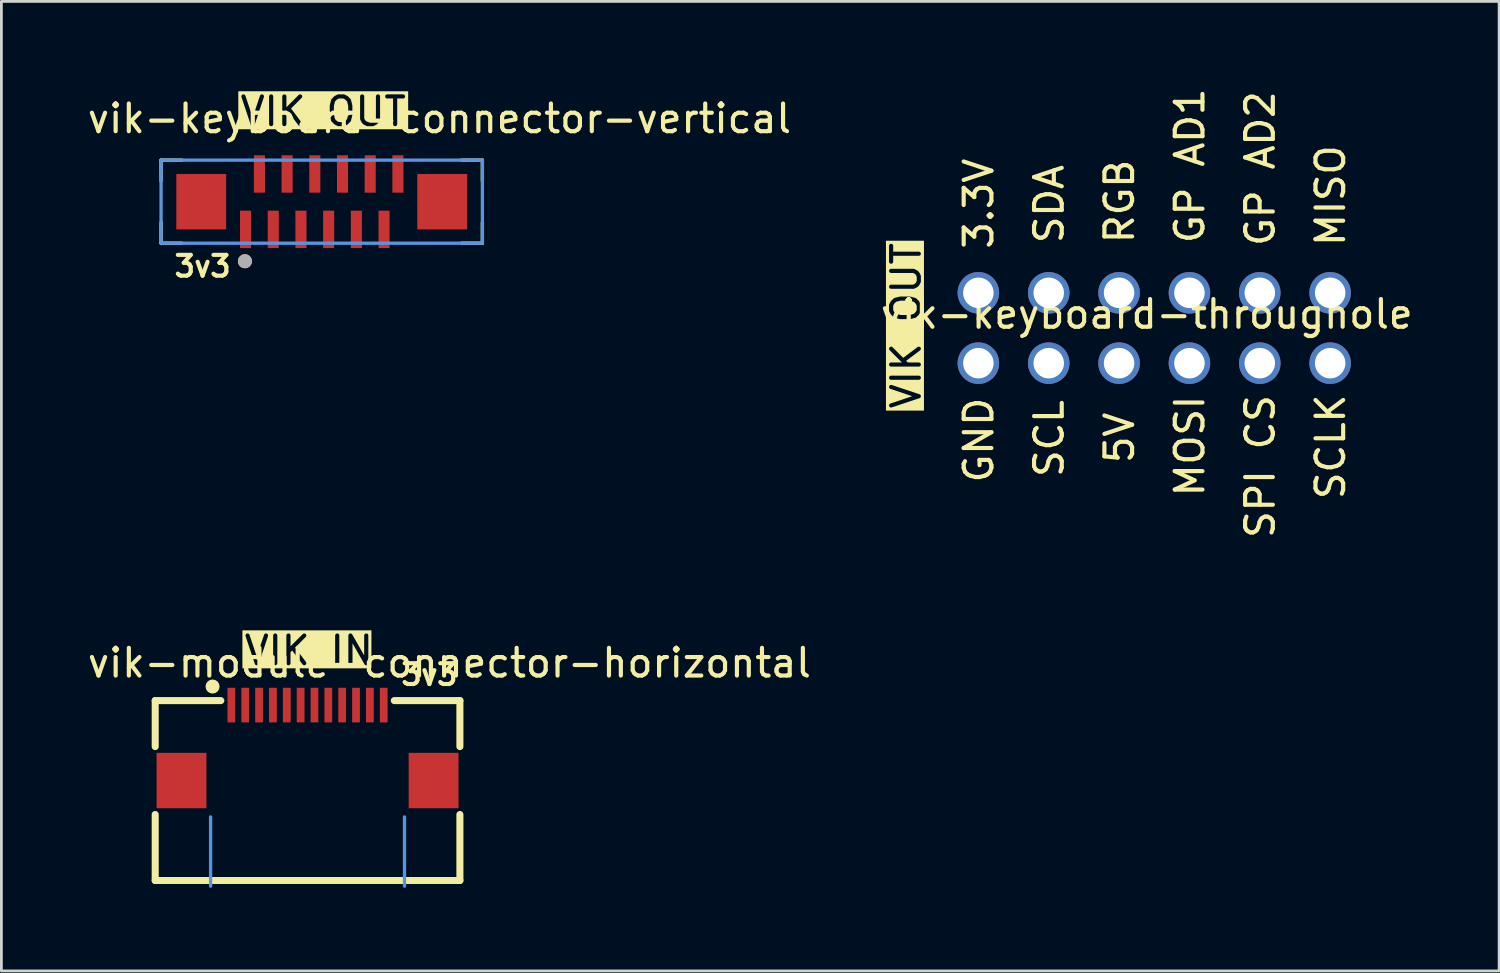
<source format=kicad_pcb>
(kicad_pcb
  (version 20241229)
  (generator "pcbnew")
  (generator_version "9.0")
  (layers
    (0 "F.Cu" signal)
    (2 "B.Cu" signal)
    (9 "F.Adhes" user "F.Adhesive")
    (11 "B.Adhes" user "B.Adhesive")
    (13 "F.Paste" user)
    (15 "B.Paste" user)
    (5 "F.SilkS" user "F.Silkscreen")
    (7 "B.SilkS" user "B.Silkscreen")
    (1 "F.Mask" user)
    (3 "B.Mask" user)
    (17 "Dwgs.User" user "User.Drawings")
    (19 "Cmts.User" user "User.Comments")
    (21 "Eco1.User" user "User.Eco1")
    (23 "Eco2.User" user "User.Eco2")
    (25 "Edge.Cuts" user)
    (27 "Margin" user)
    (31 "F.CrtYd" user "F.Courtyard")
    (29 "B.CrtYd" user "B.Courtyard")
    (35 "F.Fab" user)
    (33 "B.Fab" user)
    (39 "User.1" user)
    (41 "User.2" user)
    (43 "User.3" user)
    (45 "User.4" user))
  (footprint "vik-module-connector-horizontal"
    (layer "F.Cu")
    (at 8.053 24.443)
    (property "Reference" "vik-module-connector-horizontal" (at 5.12 -3.56 0) (unlocked yes) (layer "F.SilkS") (effects (font (size 1 1) (thickness 0.15))))
    (attr smd)
    (fp_line (start -5.5 -2.2) (end -3.131 -2.2) (stroke (width 0.254) (type solid)) (layer "F.SilkS"))
    (fp_line (start -5.5 -0.539) (end -5.5 -2.2) (stroke (width 0.254) (type solid)) (layer "F.SilkS"))
    (fp_line (start -5.5 4.295) (end -5.5 1.912) (stroke (width 0.254) (type solid)) (layer "F.SilkS"))
    (fp_line (start 5.5 -2.2) (end 3.131 -2.2) (stroke (width 0.254) (type solid)) (layer "F.SilkS"))
    (fp_line (start 5.5 -0.539) (end 5.5 -2.2) (stroke (width 0.254) (type solid)) (layer "F.SilkS"))
    (fp_line (start 5.5 4.295) (end -5.5 4.295) (stroke (width 0.254) (type solid)) (layer "F.SilkS"))
    (fp_line (start 5.5 4.295) (end 5.5 1.912) (stroke (width 0.254) (type solid)) (layer "F.SilkS"))
    (fp_circle (center -3.429 -2.708) (end -3.302 -2.708) (stroke (width 0.254) (type solid)) (fill no) (layer "F.SilkS"))
    (fp_line (start -3.5 2) (end -3.5 4.5) (stroke (width 0.12) (type default)) (layer "Cmts.User"))
    (fp_line (start 3.5 2) (end 3.5 4.5) (stroke (width 0.12) (type default)) (layer "Cmts.User"))
    (fp_text user "3v3" (at 3.3 -2.7 0) (unlocked yes) (layer "F.SilkS") (effects (font (size 0.75 0.75) (thickness 0.15)) (justify left bottom)))
    (fp_text user "VIK IN" (at -2.36 -3.42 0) (unlocked yes) (layer "F.SilkS" knockout) (effects (font (size 1 1) (thickness 0.15)) (justify left bottom)))
    (fp_text user "C479750" (at 0 0.75 0) (layer "User.2") (effects (font (size 1 1) (thickness 0.15))))
    (pad "1" smd rect (at -2.75 -2.038) (size 0.28 1.25) (layers "F.Cu" "F.Mask" "F.Paste"))
    (pad "2" smd rect (at -2.25 -2.038) (size 0.28 1.25) (layers "F.Cu" "F.Mask" "F.Paste"))
    (pad "3" smd rect (at -1.75 -2.038) (size 0.28 1.25) (layers "F.Cu" "F.Mask" "F.Paste"))
    (pad "4" smd rect (at -1.25 -2.038) (size 0.28 1.25) (layers "F.Cu" "F.Mask" "F.Paste"))
    (pad "5" smd rect (at -0.75 -2.038) (size 0.28 1.25) (layers "F.Cu" "F.Mask" "F.Paste"))
    (pad "6" smd rect (at -0.25 -2.038) (size 0.28 1.25) (layers "F.Cu" "F.Mask" "F.Paste"))
    (pad "7" smd rect (at 0.25 -2.038) (size 0.28 1.25) (layers "F.Cu" "F.Mask" "F.Paste"))
    (pad "8" smd rect (at 0.75 -2.038) (size 0.28 1.25) (layers "F.Cu" "F.Mask" "F.Paste"))
    (pad "9" smd rect (at 1.25 -2.038) (size 0.28 1.25) (layers "F.Cu" "F.Mask" "F.Paste"))
    (pad "10" smd rect (at 1.75 -2.038) (size 0.28 1.25) (layers "F.Cu" "F.Mask" "F.Paste"))
    (pad "11" smd rect (at 2.25 -2.038) (size 0.28 1.25) (layers "F.Cu" "F.Mask" "F.Paste"))
    (pad "12" smd rect (at 2.75 -2.038) (size 0.28 1.25) (layers "F.Cu" "F.Mask" "F.Paste"))
    (pad "13" smd rect (at 4.55 0.686) (size 1.8 2) (layers "F.Cu" "F.Mask" "F.Paste"))
    (pad "14" smd rect (at -4.55 0.686) (size 1.8 2) (layers "F.Cu" "F.Mask" "F.Paste")))
  (footprint "vik-keyboard-throughole"
    (layer "F.Cu")
    (at 37.271 8.791)
    (property "Reference" "vik-keyboard-throughole" (at 1.08 -0.5 0) (unlocked yes) (layer "F.SilkS") (effects (font (size 1 1) (thickness 0.15))))
    (attr smd)
    (fp_text user "SCLK" (at 8.3 6.27 90) (unlocked yes) (layer "F.SilkS") (effects (font (size 1 1) (thickness 0.15)) (justify left bottom)))
    (fp_text user "SCL" (at -1.86 5.47 90) (unlocked yes) (layer "F.SilkS") (effects (font (size 1 1) (thickness 0.15)) (justify left bottom)))
    (fp_text user "GND" (at -4.4 5.67 90) (unlocked yes) (layer "F.SilkS") (effects (font (size 1 1) (thickness 0.15)) (justify left bottom)))
    (fp_text user "3.3V" (at -4.4 -2.77 90) (unlocked yes) (layer "F.SilkS") (effects (font (size 1 1) (thickness 0.15)) (justify left bottom)))
    (fp_text user "MISO" (at 8.3 -2.87 90) (unlocked yes) (layer "F.SilkS") (effects (font (size 1 1) (thickness 0.15)) (justify left bottom)))
    (fp_text user "SDA" (at -1.86 -2.97 90) (unlocked yes) (layer "F.SilkS") (effects (font (size 1 1) (thickness 0.15)) (justify left bottom)))
    (fp_text user "MOSI" (at 3.22 6.17 90) (unlocked yes) (layer "F.SilkS") (effects (font (size 1 1) (thickness 0.15)) (justify left bottom)))
    (fp_text user "5V" (at 0.68 4.97 90) (unlocked yes) (layer "F.SilkS") (effects (font (size 1 1) (thickness 0.15)) (justify left bottom)))
    (fp_text user "GP AD2" (at 5.76 -2.87 90) (unlocked yes) (layer "F.SilkS") (effects (font (size 1 1) (thickness 0.15)) (justify left bottom)))
    (fp_text user "GP AD1" (at 3.22 -2.97 90) (unlocked yes) (layer "F.SilkS") (effects (font (size 1 1) (thickness 0.15)) (justify left bottom)))
    (fp_text user "SPI CS" (at 5.76 7.67 90) (unlocked yes) (layer "F.SilkS") (effects (font (size 1 1) (thickness 0.15)) (justify left bottom)))
    (fp_text user "VIK OUT" (at -7.02 2.99 90) (unlocked yes) (layer "F.SilkS" knockout) (effects (font (size 1 1) (thickness 0.15)) (justify left bottom)))
    (fp_text user "RGB" (at 0.68 -2.97 90) (unlocked yes) (layer "F.SilkS") (effects (font (size 1 1) (thickness 0.15)) (justify left bottom)))
    (pad "1" thru_hole circle (at -5 -1.27) (size 1.5 1.5) (drill 1.1) (layers "*.Cu" "*.Mask"))
    (pad "2" thru_hole circle (at -5 1.27) (size 1.5 1.5) (drill 1.1) (layers "*.Cu" "*.Mask"))
    (pad "3" thru_hole circle (at -2.46 -1.27) (size 1.5 1.5) (drill 1.1) (layers "*.Cu" "*.Mask"))
    (pad "4" thru_hole circle (at -2.46 1.27) (size 1.5 1.5) (drill 1.1) (layers "*.Cu" "*.Mask"))
    (pad "5" thru_hole circle (at 0.08 -1.27) (size 1.5 1.5) (drill 1.1) (layers "*.Cu" "*.Mask"))
    (pad "6" thru_hole circle (at 0.08 1.27) (size 1.5 1.5) (drill 1.1) (layers "*.Cu" "*.Mask"))
    (pad "7" thru_hole circle (at 2.62 -1.27) (size 1.5 1.5) (drill 1.1) (layers "*.Cu" "*.Mask"))
    (pad "8" thru_hole circle (at 2.62 1.27) (size 1.5 1.5) (drill 1.1) (layers "*.Cu" "*.Mask"))
    (pad "9" thru_hole circle (at 5.16 -1.27) (size 1.5 1.5) (drill 1.1) (layers "*.Cu" "*.Mask"))
    (pad "10" thru_hole circle (at 5.16 1.27) (size 1.5 1.5) (drill 1.1) (layers "*.Cu" "*.Mask"))
    (pad "11" thru_hole circle (at 7.7 -1.27) (size 1.5 1.5) (drill 1.1) (layers "*.Cu" "*.Mask"))
    (pad "12" thru_hole circle (at 7.7 1.27) (size 1.5 1.5) (drill 1.1) (layers "*.Cu" "*.Mask")))
  (footprint "vik-keyboard-connector-vertical"
    (layer "F.Cu")
    (at 8.565 4.231)
    (property "Reference" "vik-keyboard-connector-vertical" (at 4.25 -3 0) (unlocked yes) (layer "F.SilkS") (effects (font (size 1 1) (thickness 0.15))))
    (attr smd)
    (fp_line (start -5.8 -1.5) (end -5.8 -0.75) (stroke (width 0.12) (type default)) (layer "F.SilkS"))
    (fp_line (start -5.8 -1.5) (end -5.05 -1.5) (stroke (width 0.12) (type default)) (layer "F.SilkS"))
    (fp_line (start -5.8 1.5) (end -5.8 0.75) (stroke (width 0.12) (type default)) (layer "F.SilkS"))
    (fp_line (start -5.8 1.5) (end -5.05 1.5) (stroke (width 0.12) (type default)) (layer "F.SilkS"))
    (fp_line (start 5.8 -1.5) (end 5.05 -1.5) (stroke (width 0.12) (type default)) (layer "F.SilkS"))
    (fp_line (start 5.8 -1.5) (end 5.8 -0.75) (stroke (width 0.12) (type default)) (layer "F.SilkS"))
    (fp_line (start 5.8 1.5) (end 5.05 1.5) (stroke (width 0.12) (type default)) (layer "F.SilkS"))
    (fp_line (start 5.8 1.5) (end 5.8 0.75) (stroke (width 0.12) (type default)) (layer "F.SilkS"))
    (fp_circle (center -2.773 2.15) (end -2.646 2.15) (stroke (width 0.254) (type solid)) (fill no) (layer "F.SilkS"))
    (fp_rect (start -5.8 -1.5) (end 5.8 1.5) (stroke (width 0.12) (type default)) (fill no) (layer "Cmts.User"))
    (fp_circle (center -2.773 2.15) (end -2.646 2.15) (stroke (width 0.254) (type solid)) (fill no) (layer "F.Fab"))
    (fp_text user "VIK OUT" (at -3.02 -2.67 0) (unlocked yes) (layer "F.SilkS" knockout) (effects (font (size 1 1) (thickness 0.15)) (justify left bottom)))
    (fp_text user "3v3" (at -5.4 2.77 0) (unlocked yes) (layer "F.SilkS") (effects (font (size 0.75 0.75) (thickness 0.15)) (justify left bottom)))
    (fp_text user " C262499" (at -4 3.75 0) (unlocked yes) (layer "User.2") (effects (font (size 1 1) (thickness 0.15)) (justify left bottom)))
    (pad "" smd rect (at -4.35 0) (size 1.8 2) (layers "F.Cu" "F.Mask" "F.Paste"))
    (pad "" smd rect (at 4.35 0) (size 1.8 2) (layers "F.Cu" "F.Mask" "F.Paste"))
    (pad "1" smd rect (at -2.75 1) (size 0.4 1.35) (layers "F.Cu" "F.Mask" "F.Paste"))
    (pad "2" smd rect (at -2.25 -1) (size 0.4 1.35) (layers "F.Cu" "F.Mask" "F.Paste"))
    (pad "3" smd rect (at -1.75 1) (size 0.4 1.35) (layers "F.Cu" "F.Mask" "F.Paste"))
    (pad "4" smd rect (at -1.25 -1) (size 0.4 1.35) (layers "F.Cu" "F.Mask" "F.Paste"))
    (pad "5" smd rect (at -0.75 1) (size 0.4 1.35) (layers "F.Cu" "F.Mask" "F.Paste"))
    (pad "6" smd rect (at -0.25 -1) (size 0.4 1.35) (layers "F.Cu" "F.Mask" "F.Paste"))
    (pad "7" smd rect (at 0.25 1) (size 0.4 1.35) (layers "F.Cu" "F.Mask" "F.Paste"))
    (pad "8" smd rect (at 0.75 -1) (size 0.4 1.35) (layers "F.Cu" "F.Mask" "F.Paste"))
    (pad "9" smd rect (at 1.25 1) (size 0.4 1.35) (layers "F.Cu" "F.Mask" "F.Paste"))
    (pad "10" smd rect (at 1.75 -1) (size 0.4 1.35) (layers "F.Cu" "F.Mask" "F.Paste"))
    (pad "11" smd rect (at 2.25 1) (size 0.4 1.35) (layers "F.Cu" "F.Mask" "F.Paste"))
    (pad "12" smd rect (at 2.75 -1) (size 0.4 1.35) (layers "F.Cu" "F.Mask" "F.Paste")))
  (gr_rect
    (start -3 -3)
    (end 51.071 32.003)
    (stroke (width 0.1) (type default))
    (fill no)
    (layer "Edge.Cuts")))
</source>
